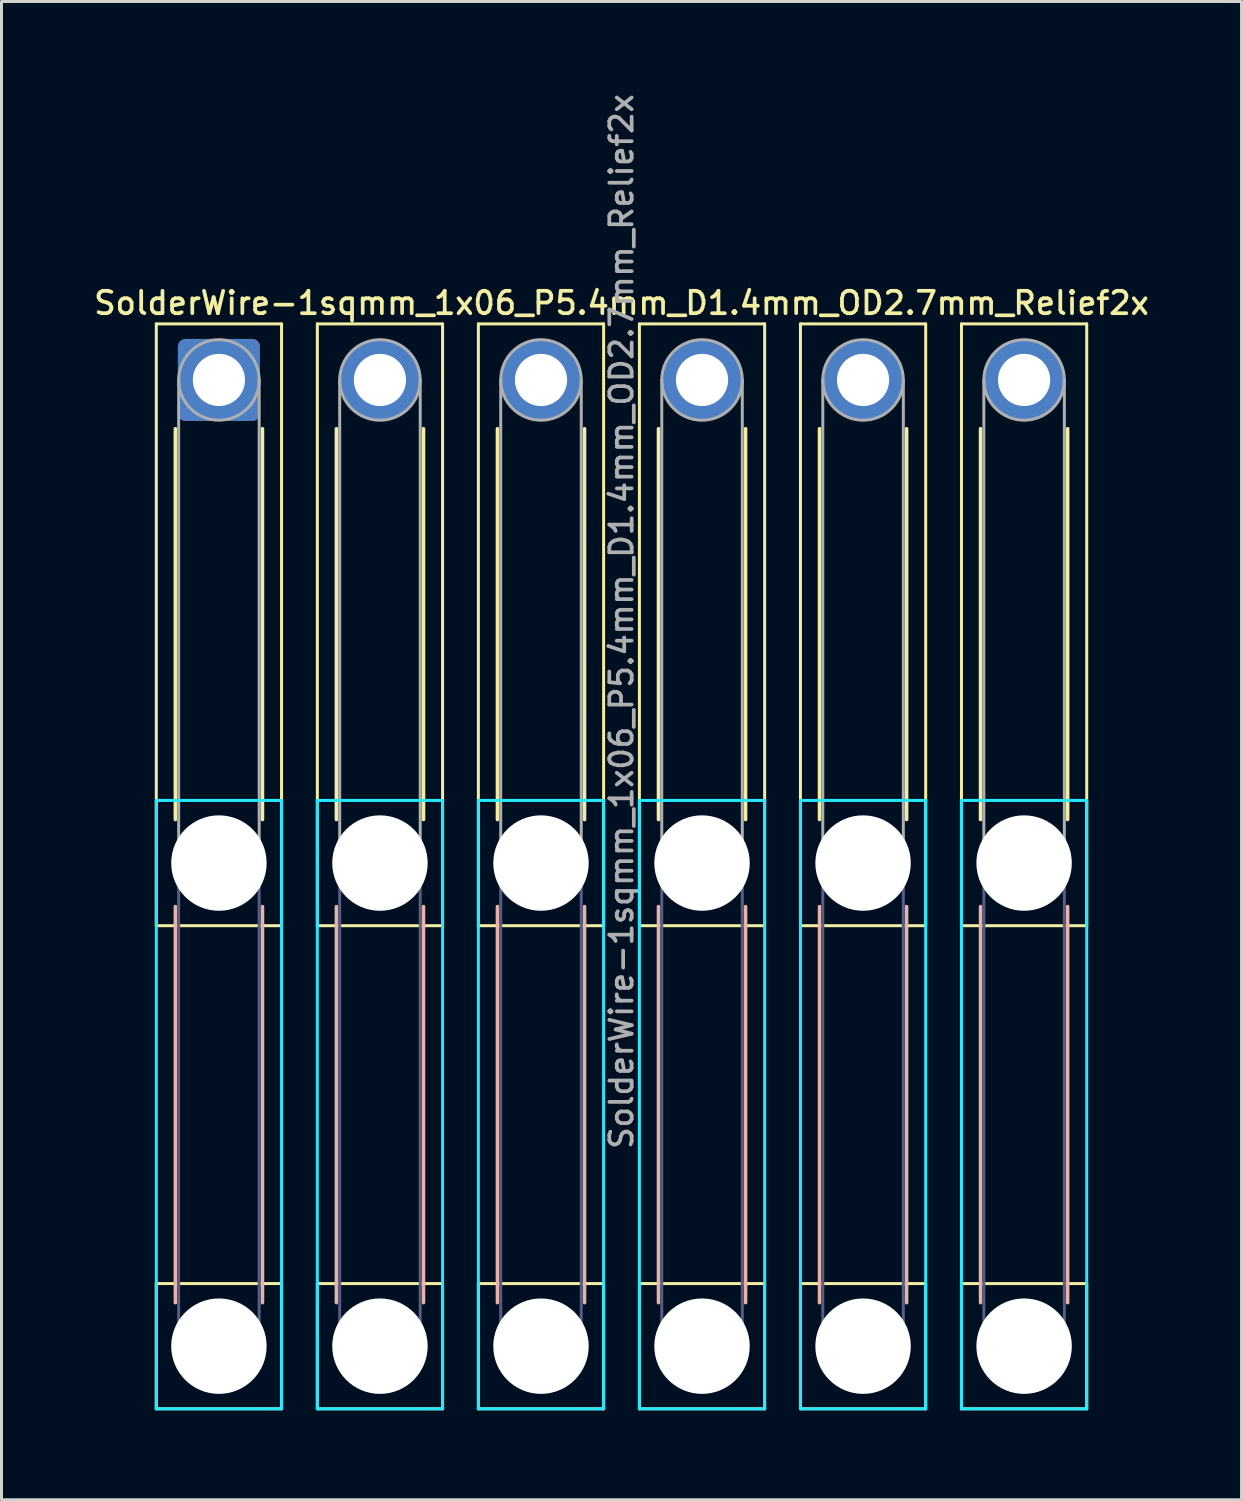
<source format=kicad_pcb>
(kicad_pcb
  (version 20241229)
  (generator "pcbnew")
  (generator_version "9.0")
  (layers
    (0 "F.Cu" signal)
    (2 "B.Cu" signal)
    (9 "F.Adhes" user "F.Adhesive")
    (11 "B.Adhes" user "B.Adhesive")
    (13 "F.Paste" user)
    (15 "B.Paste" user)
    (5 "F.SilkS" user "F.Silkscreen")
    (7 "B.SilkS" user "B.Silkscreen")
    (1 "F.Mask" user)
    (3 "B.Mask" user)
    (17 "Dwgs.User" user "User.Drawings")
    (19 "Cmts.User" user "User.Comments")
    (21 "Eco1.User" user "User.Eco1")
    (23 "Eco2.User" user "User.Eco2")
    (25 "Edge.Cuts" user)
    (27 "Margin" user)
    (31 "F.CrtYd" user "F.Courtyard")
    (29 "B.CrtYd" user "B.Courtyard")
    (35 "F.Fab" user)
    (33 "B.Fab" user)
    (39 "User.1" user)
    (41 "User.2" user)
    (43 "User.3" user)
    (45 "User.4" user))
  (footprint "SolderWire-1sqmm_1x06_P5.4mm_D1.4mm_OD2.7mm_Relief2x"
    (layer "F.Cu")
    (at 4.291 9.691)
    (property "Reference" "SolderWire-1sqmm_1x06_P5.4mm_D1.4mm_OD2.7mm_Relief2x" (at 13.5 -2.58 0) (layer "F.SilkS") (effects (font (size 0.75 0.75) (thickness 0.125))))
    (attr exclude_from_pos_files exclude_from_bom)
    (fp_line (start -2.1 -1.88) (end -2.1 18.3) (stroke (width 0.1) (type solid)) (layer "F.SilkS"))
    (fp_line (start -2.1 18.3) (end 2.1 18.3) (stroke (width 0.1) (type solid)) (layer "F.SilkS"))
    (fp_line (start -2.1 30.3) (end -2.1 34.5) (stroke (width 0.1) (type solid)) (layer "F.SilkS"))
    (fp_line (start -2.1 34.5) (end 2.1 34.5) (stroke (width 0.1) (type solid)) (layer "F.SilkS"))
    (fp_line (start -1.46 1.635) (end -1.46 14.74) (stroke (width 0.12) (type solid)) (layer "F.SilkS"))
    (fp_line (start 1.46 1.635) (end 1.46 14.74) (stroke (width 0.12) (type solid)) (layer "F.SilkS"))
    (fp_line (start 2.1 -1.88) (end -2.1 -1.88) (stroke (width 0.1) (type solid)) (layer "F.SilkS"))
    (fp_line (start 2.1 18.3) (end 2.1 -1.88) (stroke (width 0.1) (type solid)) (layer "F.SilkS"))
    (fp_line (start 2.1 30.3) (end -2.1 30.3) (stroke (width 0.1) (type solid)) (layer "F.SilkS"))
    (fp_line (start 2.1 34.5) (end 2.1 30.3) (stroke (width 0.1) (type solid)) (layer "F.SilkS"))
    (fp_line (start 3.3 -1.88) (end 3.3 18.3) (stroke (width 0.1) (type solid)) (layer "F.SilkS"))
    (fp_line (start 3.3 18.3) (end 7.5 18.3) (stroke (width 0.1) (type solid)) (layer "F.SilkS"))
    (fp_line (start 3.3 30.3) (end 3.3 34.5) (stroke (width 0.1) (type solid)) (layer "F.SilkS"))
    (fp_line (start 3.3 34.5) (end 7.5 34.5) (stroke (width 0.1) (type solid)) (layer "F.SilkS"))
    (fp_line (start 3.94 1.635) (end 3.94 14.74) (stroke (width 0.12) (type solid)) (layer "F.SilkS"))
    (fp_line (start 6.86 1.635) (end 6.86 14.74) (stroke (width 0.12) (type solid)) (layer "F.SilkS"))
    (fp_line (start 7.5 -1.88) (end 3.3 -1.88) (stroke (width 0.1) (type solid)) (layer "F.SilkS"))
    (fp_line (start 7.5 18.3) (end 7.5 -1.88) (stroke (width 0.1) (type solid)) (layer "F.SilkS"))
    (fp_line (start 7.5 30.3) (end 3.3 30.3) (stroke (width 0.1) (type solid)) (layer "F.SilkS"))
    (fp_line (start 7.5 34.5) (end 7.5 30.3) (stroke (width 0.1) (type solid)) (layer "F.SilkS"))
    (fp_line (start 8.7 -1.88) (end 8.7 18.3) (stroke (width 0.1) (type solid)) (layer "F.SilkS"))
    (fp_line (start 8.7 18.3) (end 12.9 18.3) (stroke (width 0.1) (type solid)) (layer "F.SilkS"))
    (fp_line (start 8.7 30.3) (end 8.7 34.5) (stroke (width 0.1) (type solid)) (layer "F.SilkS"))
    (fp_line (start 8.7 34.5) (end 12.9 34.5) (stroke (width 0.1) (type solid)) (layer "F.SilkS"))
    (fp_line (start 9.34 1.635) (end 9.34 14.74) (stroke (width 0.12) (type solid)) (layer "F.SilkS"))
    (fp_line (start 12.26 1.635) (end 12.26 14.74) (stroke (width 0.12) (type solid)) (layer "F.SilkS"))
    (fp_line (start 12.9 -1.88) (end 8.7 -1.88) (stroke (width 0.1) (type solid)) (layer "F.SilkS"))
    (fp_line (start 12.9 18.3) (end 12.9 -1.88) (stroke (width 0.1) (type solid)) (layer "F.SilkS"))
    (fp_line (start 12.9 30.3) (end 8.7 30.3) (stroke (width 0.1) (type solid)) (layer "F.SilkS"))
    (fp_line (start 12.9 34.5) (end 12.9 30.3) (stroke (width 0.1) (type solid)) (layer "F.SilkS"))
    (fp_line (start 14.1 -1.88) (end 14.1 18.3) (stroke (width 0.1) (type solid)) (layer "F.SilkS"))
    (fp_line (start 14.1 18.3) (end 18.3 18.3) (stroke (width 0.1) (type solid)) (layer "F.SilkS"))
    (fp_line (start 14.1 30.3) (end 14.1 34.5) (stroke (width 0.1) (type solid)) (layer "F.SilkS"))
    (fp_line (start 14.1 34.5) (end 18.3 34.5) (stroke (width 0.1) (type solid)) (layer "F.SilkS"))
    (fp_line (start 14.74 1.635) (end 14.74 14.74) (stroke (width 0.12) (type solid)) (layer "F.SilkS"))
    (fp_line (start 17.66 1.635) (end 17.66 14.74) (stroke (width 0.12) (type solid)) (layer "F.SilkS"))
    (fp_line (start 18.3 -1.88) (end 14.1 -1.88) (stroke (width 0.1) (type solid)) (layer "F.SilkS"))
    (fp_line (start 18.3 18.3) (end 18.3 -1.88) (stroke (width 0.1) (type solid)) (layer "F.SilkS"))
    (fp_line (start 18.3 30.3) (end 14.1 30.3) (stroke (width 0.1) (type solid)) (layer "F.SilkS"))
    (fp_line (start 18.3 34.5) (end 18.3 30.3) (stroke (width 0.1) (type solid)) (layer "F.SilkS"))
    (fp_line (start 19.5 -1.88) (end 19.5 18.3) (stroke (width 0.1) (type solid)) (layer "F.SilkS"))
    (fp_line (start 19.5 18.3) (end 23.7 18.3) (stroke (width 0.1) (type solid)) (layer "F.SilkS"))
    (fp_line (start 19.5 30.3) (end 19.5 34.5) (stroke (width 0.1) (type solid)) (layer "F.SilkS"))
    (fp_line (start 19.5 34.5) (end 23.7 34.5) (stroke (width 0.1) (type solid)) (layer "F.SilkS"))
    (fp_line (start 20.14 1.635) (end 20.14 14.74) (stroke (width 0.12) (type solid)) (layer "F.SilkS"))
    (fp_line (start 23.06 1.635) (end 23.06 14.74) (stroke (width 0.12) (type solid)) (layer "F.SilkS"))
    (fp_line (start 23.7 -1.88) (end 19.5 -1.88) (stroke (width 0.1) (type solid)) (layer "F.SilkS"))
    (fp_line (start 23.7 18.3) (end 23.7 -1.88) (stroke (width 0.1) (type solid)) (layer "F.SilkS"))
    (fp_line (start 23.7 30.3) (end 19.5 30.3) (stroke (width 0.1) (type solid)) (layer "F.SilkS"))
    (fp_line (start 23.7 34.5) (end 23.7 30.3) (stroke (width 0.1) (type solid)) (layer "F.SilkS"))
    (fp_line (start 24.9 -1.88) (end 24.9 18.3) (stroke (width 0.1) (type solid)) (layer "F.SilkS"))
    (fp_line (start 24.9 18.3) (end 29.1 18.3) (stroke (width 0.1) (type solid)) (layer "F.SilkS"))
    (fp_line (start 24.9 30.3) (end 24.9 34.5) (stroke (width 0.1) (type solid)) (layer "F.SilkS"))
    (fp_line (start 24.9 34.5) (end 29.1 34.5) (stroke (width 0.1) (type solid)) (layer "F.SilkS"))
    (fp_line (start 25.54 1.635) (end 25.54 14.74) (stroke (width 0.12) (type solid)) (layer "F.SilkS"))
    (fp_line (start 28.46 1.635) (end 28.46 14.74) (stroke (width 0.12) (type solid)) (layer "F.SilkS"))
    (fp_line (start 29.1 -1.88) (end 24.9 -1.88) (stroke (width 0.1) (type solid)) (layer "F.SilkS"))
    (fp_line (start 29.1 18.3) (end 29.1 -1.88) (stroke (width 0.1) (type solid)) (layer "F.SilkS"))
    (fp_line (start 29.1 30.3) (end 24.9 30.3) (stroke (width 0.1) (type solid)) (layer "F.SilkS"))
    (fp_line (start 29.1 34.5) (end 29.1 30.3) (stroke (width 0.1) (type solid)) (layer "F.SilkS"))
    (fp_line (start -1.46 17.66) (end -1.46 30.94) (stroke (width 0.12) (type solid)) (layer "B.SilkS"))
    (fp_line (start 1.46 17.66) (end 1.46 30.94) (stroke (width 0.12) (type solid)) (layer "B.SilkS"))
    (fp_line (start 3.94 17.66) (end 3.94 30.94) (stroke (width 0.12) (type solid)) (layer "B.SilkS"))
    (fp_line (start 6.86 17.66) (end 6.86 30.94) (stroke (width 0.12) (type solid)) (layer "B.SilkS"))
    (fp_line (start 9.34 17.66) (end 9.34 30.94) (stroke (width 0.12) (type solid)) (layer "B.SilkS"))
    (fp_line (start 12.26 17.66) (end 12.26 30.94) (stroke (width 0.12) (type solid)) (layer "B.SilkS"))
    (fp_line (start 14.74 17.66) (end 14.74 30.94) (stroke (width 0.12) (type solid)) (layer "B.SilkS"))
    (fp_line (start 17.66 17.66) (end 17.66 30.94) (stroke (width 0.12) (type solid)) (layer "B.SilkS"))
    (fp_line (start 20.14 17.66) (end 20.14 30.94) (stroke (width 0.12) (type solid)) (layer "B.SilkS"))
    (fp_line (start 23.06 17.66) (end 23.06 30.94) (stroke (width 0.12) (type solid)) (layer "B.SilkS"))
    (fp_line (start 25.54 17.66) (end 25.54 30.94) (stroke (width 0.12) (type solid)) (layer "B.SilkS"))
    (fp_line (start 28.46 17.66) (end 28.46 30.94) (stroke (width 0.12) (type solid)) (layer "B.SilkS"))
    (fp_line (start -2.1 14.1) (end -2.1 34.5) (stroke (width 0.1) (type solid)) (layer "B.CrtYd"))
    (fp_line (start -2.1 34.5) (end 2.1 34.5) (stroke (width 0.1) (type solid)) (layer "B.CrtYd"))
    (fp_line (start 2.1 14.1) (end -2.1 14.1) (stroke (width 0.1) (type solid)) (layer "B.CrtYd"))
    (fp_line (start 2.1 34.5) (end 2.1 14.1) (stroke (width 0.1) (type solid)) (layer "B.CrtYd"))
    (fp_line (start 3.3 14.1) (end 3.3 34.5) (stroke (width 0.1) (type solid)) (layer "B.CrtYd"))
    (fp_line (start 3.3 34.5) (end 7.5 34.5) (stroke (width 0.1) (type solid)) (layer "B.CrtYd"))
    (fp_line (start 7.5 14.1) (end 3.3 14.1) (stroke (width 0.1) (type solid)) (layer "B.CrtYd"))
    (fp_line (start 7.5 34.5) (end 7.5 14.1) (stroke (width 0.1) (type solid)) (layer "B.CrtYd"))
    (fp_line (start 8.7 14.1) (end 8.7 34.5) (stroke (width 0.1) (type solid)) (layer "B.CrtYd"))
    (fp_line (start 8.7 34.5) (end 12.9 34.5) (stroke (width 0.1) (type solid)) (layer "B.CrtYd"))
    (fp_line (start 12.9 14.1) (end 8.7 14.1) (stroke (width 0.1) (type solid)) (layer "B.CrtYd"))
    (fp_line (start 12.9 34.5) (end 12.9 14.1) (stroke (width 0.1) (type solid)) (layer "B.CrtYd"))
    (fp_line (start 14.1 14.1) (end 14.1 34.5) (stroke (width 0.1) (type solid)) (layer "B.CrtYd"))
    (fp_line (start 14.1 34.5) (end 18.3 34.5) (stroke (width 0.1) (type solid)) (layer "B.CrtYd"))
    (fp_line (start 18.3 14.1) (end 14.1 14.1) (stroke (width 0.1) (type solid)) (layer "B.CrtYd"))
    (fp_line (start 18.3 34.5) (end 18.3 14.1) (stroke (width 0.1) (type solid)) (layer "B.CrtYd"))
    (fp_line (start 19.5 14.1) (end 19.5 34.5) (stroke (width 0.1) (type solid)) (layer "B.CrtYd"))
    (fp_line (start 19.5 34.5) (end 23.7 34.5) (stroke (width 0.1) (type solid)) (layer "B.CrtYd"))
    (fp_line (start 23.7 14.1) (end 19.5 14.1) (stroke (width 0.1) (type solid)) (layer "B.CrtYd"))
    (fp_line (start 23.7 34.5) (end 23.7 14.1) (stroke (width 0.1) (type solid)) (layer "B.CrtYd"))
    (fp_line (start 24.9 14.1) (end 24.9 34.5) (stroke (width 0.1) (type solid)) (layer "B.CrtYd"))
    (fp_line (start 24.9 34.5) (end 29.1 34.5) (stroke (width 0.1) (type solid)) (layer "B.CrtYd"))
    (fp_line (start 29.1 14.1) (end 24.9 14.1) (stroke (width 0.1) (type solid)) (layer "B.CrtYd"))
    (fp_line (start 29.1 34.5) (end 29.1 14.1) (stroke (width 0.1) (type solid)) (layer "B.CrtYd"))
    (fp_line (start -1.35 16.2) (end -1.35 32.4) (stroke (width 0.1) (type solid)) (layer "B.Fab"))
    (fp_line (start 1.35 16.2) (end 1.35 32.4) (stroke (width 0.1) (type solid)) (layer "B.Fab"))
    (fp_line (start 4.05 16.2) (end 4.05 32.4) (stroke (width 0.1) (type solid)) (layer "B.Fab"))
    (fp_line (start 6.75 16.2) (end 6.75 32.4) (stroke (width 0.1) (type solid)) (layer "B.Fab"))
    (fp_line (start 9.45 16.2) (end 9.45 32.4) (stroke (width 0.1) (type solid)) (layer "B.Fab"))
    (fp_line (start 12.15 16.2) (end 12.15 32.4) (stroke (width 0.1) (type solid)) (layer "B.Fab"))
    (fp_line (start 14.85 16.2) (end 14.85 32.4) (stroke (width 0.1) (type solid)) (layer "B.Fab"))
    (fp_line (start 17.55 16.2) (end 17.55 32.4) (stroke (width 0.1) (type solid)) (layer "B.Fab"))
    (fp_line (start 20.25 16.2) (end 20.25 32.4) (stroke (width 0.1) (type solid)) (layer "B.Fab"))
    (fp_line (start 22.95 16.2) (end 22.95 32.4) (stroke (width 0.1) (type solid)) (layer "B.Fab"))
    (fp_line (start 25.65 16.2) (end 25.65 32.4) (stroke (width 0.1) (type solid)) (layer "B.Fab"))
    (fp_line (start 28.35 16.2) (end 28.35 32.4) (stroke (width 0.1) (type solid)) (layer "B.Fab"))
    (fp_circle (center 0 16.2) (end 1.35 16.2) (stroke (width 0.1) (type solid)) (fill no) (layer "B.Fab"))
    (fp_circle (center 0 32.4) (end 1.35 32.4) (stroke (width 0.1) (type solid)) (fill no) (layer "B.Fab"))
    (fp_circle (center 5.4 16.2) (end 6.75 16.2) (stroke (width 0.1) (type solid)) (fill no) (layer "B.Fab"))
    (fp_circle (center 5.4 32.4) (end 6.75 32.4) (stroke (width 0.1) (type solid)) (fill no) (layer "B.Fab"))
    (fp_circle (center 10.8 16.2) (end 12.15 16.2) (stroke (width 0.1) (type solid)) (fill no) (layer "B.Fab"))
    (fp_circle (center 10.8 32.4) (end 12.15 32.4) (stroke (width 0.1) (type solid)) (fill no) (layer "B.Fab"))
    (fp_circle (center 16.2 16.2) (end 17.55 16.2) (stroke (width 0.1) (type solid)) (fill no) (layer "B.Fab"))
    (fp_circle (center 16.2 32.4) (end 17.55 32.4) (stroke (width 0.1) (type solid)) (fill no) (layer "B.Fab"))
    (fp_circle (center 21.6 16.2) (end 22.95 16.2) (stroke (width 0.1) (type solid)) (fill no) (layer "B.Fab"))
    (fp_circle (center 21.6 32.4) (end 22.95 32.4) (stroke (width 0.1) (type solid)) (fill no) (layer "B.Fab"))
    (fp_circle (center 27 16.2) (end 28.35 16.2) (stroke (width 0.1) (type solid)) (fill no) (layer "B.Fab"))
    (fp_circle (center 27 32.4) (end 28.35 32.4) (stroke (width 0.1) (type solid)) (fill no) (layer "B.Fab"))
    (fp_line (start -1.35 0) (end -1.35 16.2) (stroke (width 0.1) (type solid)) (layer "F.Fab"))
    (fp_line (start 1.35 0) (end 1.35 16.2) (stroke (width 0.1) (type solid)) (layer "F.Fab"))
    (fp_line (start 4.05 0) (end 4.05 16.2) (stroke (width 0.1) (type solid)) (layer "F.Fab"))
    (fp_line (start 6.75 0) (end 6.75 16.2) (stroke (width 0.1) (type solid)) (layer "F.Fab"))
    (fp_line (start 9.45 0) (end 9.45 16.2) (stroke (width 0.1) (type solid)) (layer "F.Fab"))
    (fp_line (start 12.15 0) (end 12.15 16.2) (stroke (width 0.1) (type solid)) (layer "F.Fab"))
    (fp_line (start 14.85 0) (end 14.85 16.2) (stroke (width 0.1) (type solid)) (layer "F.Fab"))
    (fp_line (start 17.55 0) (end 17.55 16.2) (stroke (width 0.1) (type solid)) (layer "F.Fab"))
    (fp_line (start 20.25 0) (end 20.25 16.2) (stroke (width 0.1) (type solid)) (layer "F.Fab"))
    (fp_line (start 22.95 0) (end 22.95 16.2) (stroke (width 0.1) (type solid)) (layer "F.Fab"))
    (fp_line (start 25.65 0) (end 25.65 16.2) (stroke (width 0.1) (type solid)) (layer "F.Fab"))
    (fp_line (start 28.35 0) (end 28.35 16.2) (stroke (width 0.1) (type solid)) (layer "F.Fab"))
    (fp_circle (center 0 0) (end 1.35 0) (stroke (width 0.1) (type solid)) (fill no) (layer "F.Fab"))
    (fp_circle (center 0 16.2) (end 1.35 16.2) (stroke (width 0.1) (type solid)) (fill no) (layer "F.Fab"))
    (fp_circle (center 0 32.4) (end 1.35 32.4) (stroke (width 0.1) (type solid)) (fill no) (layer "F.Fab"))
    (fp_circle (center 5.4 0) (end 6.75 0) (stroke (width 0.1) (type solid)) (fill no) (layer "F.Fab"))
    (fp_circle (center 5.4 16.2) (end 6.75 16.2) (stroke (width 0.1) (type solid)) (fill no) (layer "F.Fab"))
    (fp_circle (center 5.4 32.4) (end 6.75 32.4) (stroke (width 0.1) (type solid)) (fill no) (layer "F.Fab"))
    (fp_circle (center 10.8 0) (end 12.15 0) (stroke (width 0.1) (type solid)) (fill no) (layer "F.Fab"))
    (fp_circle (center 10.8 16.2) (end 12.15 16.2) (stroke (width 0.1) (type solid)) (fill no) (layer "F.Fab"))
    (fp_circle (center 10.8 32.4) (end 12.15 32.4) (stroke (width 0.1) (type solid)) (fill no) (layer "F.Fab"))
    (fp_circle (center 16.2 0) (end 17.55 0) (stroke (width 0.1) (type solid)) (fill no) (layer "F.Fab"))
    (fp_circle (center 16.2 16.2) (end 17.55 16.2) (stroke (width 0.1) (type solid)) (fill no) (layer "F.Fab"))
    (fp_circle (center 16.2 32.4) (end 17.55 32.4) (stroke (width 0.1) (type solid)) (fill no) (layer "F.Fab"))
    (fp_circle (center 21.6 0) (end 22.95 0) (stroke (width 0.1) (type solid)) (fill no) (layer "F.Fab"))
    (fp_circle (center 21.6 16.2) (end 22.95 16.2) (stroke (width 0.1) (type solid)) (fill no) (layer "F.Fab"))
    (fp_circle (center 21.6 32.4) (end 22.95 32.4) (stroke (width 0.1) (type solid)) (fill no) (layer "F.Fab"))
    (fp_circle (center 27 0) (end 28.35 0) (stroke (width 0.1) (type solid)) (fill no) (layer "F.Fab"))
    (fp_circle (center 27 16.2) (end 28.35 16.2) (stroke (width 0.1) (type solid)) (fill no) (layer "F.Fab"))
    (fp_circle (center 27 32.4) (end 28.35 32.4) (stroke (width 0.1) (type solid)) (fill no) (layer "F.Fab"))
    (fp_text user "${REFERENCE}" (at 13.5 8.1 90) (layer "F.Fab") (effects (font (size 0.75 0.75) (thickness 0.125))))
    (pad "" np_thru_hole circle (at 0 16.2) (size 3.2 3.2) (drill 3.2) (layers "*.Cu" "*.Mask"))
    (pad "" np_thru_hole circle (at 0 32.4) (size 3.2 3.2) (drill 3.2) (layers "*.Cu" "*.Mask"))
    (pad "" np_thru_hole circle (at 5.4 16.2) (size 3.2 3.2) (drill 3.2) (layers "*.Cu" "*.Mask"))
    (pad "" np_thru_hole circle (at 5.4 32.4) (size 3.2 3.2) (drill 3.2) (layers "*.Cu" "*.Mask"))
    (pad "" np_thru_hole circle (at 10.8 16.2) (size 3.2 3.2) (drill 3.2) (layers "*.Cu" "*.Mask"))
    (pad "" np_thru_hole circle (at 10.8 32.4) (size 3.2 3.2) (drill 3.2) (layers "*.Cu" "*.Mask"))
    (pad "" np_thru_hole circle (at 16.2 16.2) (size 3.2 3.2) (drill 3.2) (layers "*.Cu" "*.Mask"))
    (pad "" np_thru_hole circle (at 16.2 32.4) (size 3.2 3.2) (drill 3.2) (layers "*.Cu" "*.Mask"))
    (pad "" np_thru_hole circle (at 21.6 16.2) (size 3.2 3.2) (drill 3.2) (layers "*.Cu" "*.Mask"))
    (pad "" np_thru_hole circle (at 21.6 32.4) (size 3.2 3.2) (drill 3.2) (layers "*.Cu" "*.Mask"))
    (pad "" np_thru_hole circle (at 27 16.2) (size 3.2 3.2) (drill 3.2) (layers "*.Cu" "*.Mask"))
    (pad "" np_thru_hole circle (at 27 32.4) (size 3.2 3.2) (drill 3.2) (layers "*.Cu" "*.Mask"))
    (pad "1" thru_hole roundrect (at 0 0) (size 2.75 2.75) (drill 1.75) (layers "*.Cu" "*.Mask") (roundrect_rratio 0.091))
    (pad "2" thru_hole circle (at 5.4 0) (size 2.75 2.75) (drill 1.75) (layers "*.Cu" "*.Mask"))
    (pad "3" thru_hole circle (at 10.8 0) (size 2.75 2.75) (drill 1.75) (layers "*.Cu" "*.Mask"))
    (pad "4" thru_hole circle (at 16.2 0) (size 2.75 2.75) (drill 1.75) (layers "*.Cu" "*.Mask"))
    (pad "5" thru_hole circle (at 21.6 0) (size 2.75 2.75) (drill 1.75) (layers "*.Cu" "*.Mask"))
    (pad "6" thru_hole circle (at 27 0) (size 2.75 2.75) (drill 1.75) (layers "*.Cu" "*.Mask")))
  (gr_rect
    (start -3 -3)
    (end 38.582 47.241)
    (stroke (width 0.1) (type default))
    (fill no)
    (layer "Edge.Cuts")))
</source>
